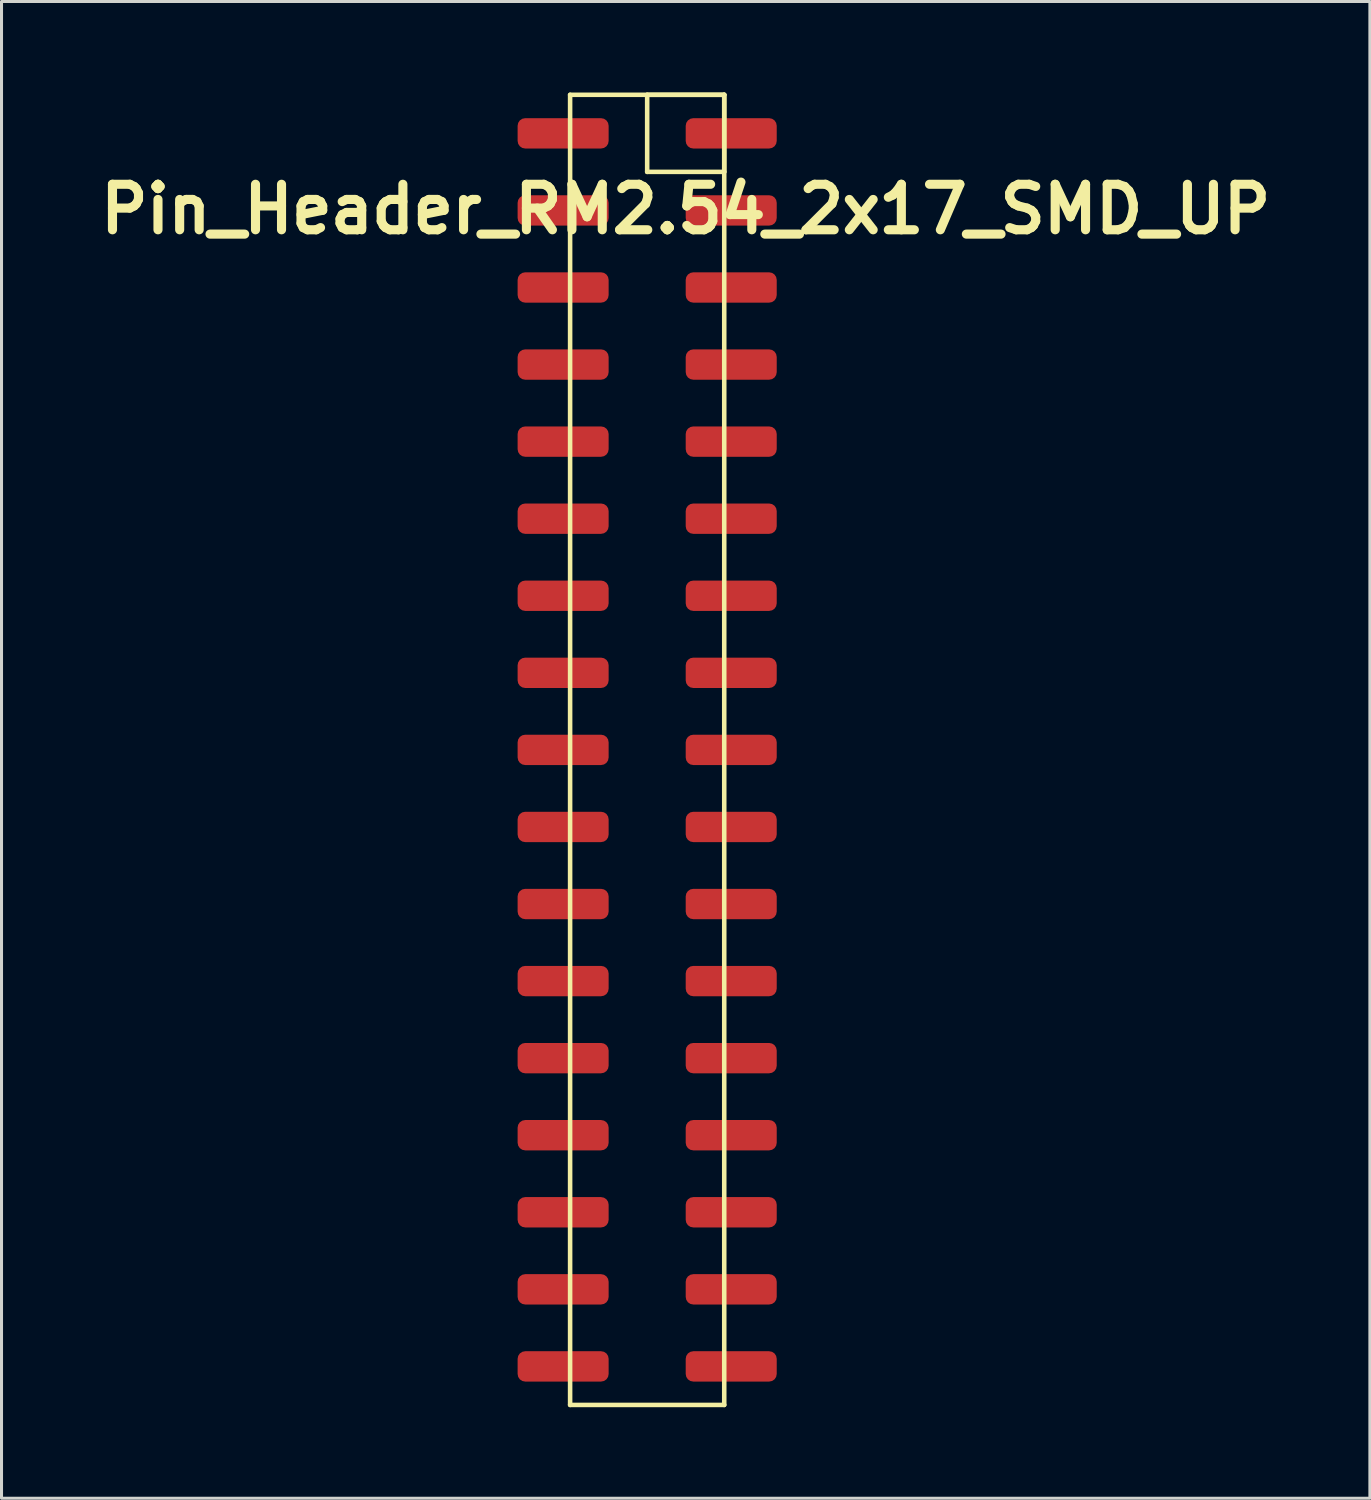
<source format=kicad_pcb>
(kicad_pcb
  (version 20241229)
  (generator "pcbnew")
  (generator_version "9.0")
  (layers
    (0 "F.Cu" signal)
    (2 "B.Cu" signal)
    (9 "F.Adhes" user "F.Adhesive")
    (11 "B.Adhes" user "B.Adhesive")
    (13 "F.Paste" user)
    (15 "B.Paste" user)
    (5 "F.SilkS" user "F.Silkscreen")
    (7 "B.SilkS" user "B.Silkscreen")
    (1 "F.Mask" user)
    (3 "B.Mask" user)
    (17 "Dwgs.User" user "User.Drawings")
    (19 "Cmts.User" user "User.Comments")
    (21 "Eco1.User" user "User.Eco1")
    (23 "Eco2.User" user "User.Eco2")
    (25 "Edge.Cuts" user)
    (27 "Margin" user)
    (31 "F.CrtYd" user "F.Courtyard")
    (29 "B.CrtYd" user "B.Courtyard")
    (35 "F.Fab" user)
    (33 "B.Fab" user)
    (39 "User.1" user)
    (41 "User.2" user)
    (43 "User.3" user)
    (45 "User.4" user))
  (footprint "Pin_Header_RM2.54_2x17_SMD_UP"
    (layer "F.Cu")
    (at 19.55 1.345)
    (property "Reference" "Pin_Header_RM2.54_2x17_SMD_UP" (at 0 2.5 0) (layer "F.SilkS") (effects (font (size 1.5 1.5) (thickness 0.3))))
    (attr through_hole)
    (fp_line (start -3.81 -1.27) (end 1.27 -1.27) (stroke (width 0.15) (type solid)) (layer "F.SilkS"))
    (fp_line (start -3.81 41.91) (end -3.81 -1.27) (stroke (width 0.15) (type solid)) (layer "F.SilkS"))
    (fp_line (start -1.27 -1.27) (end 1.27 -1.27) (stroke (width 0.15) (type solid)) (layer "F.SilkS"))
    (fp_line (start -1.27 1.27) (end -1.27 -1.27) (stroke (width 0.15) (type solid)) (layer "F.SilkS"))
    (fp_line (start 1.27 -1.27) (end 1.27 1.27) (stroke (width 0.15) (type solid)) (layer "F.SilkS"))
    (fp_line (start 1.27 -1.27) (end 1.27 41.91) (stroke (width 0.15) (type solid)) (layer "F.SilkS"))
    (fp_line (start 1.27 1.27) (end -1.27 1.27) (stroke (width 0.15) (type solid)) (layer "F.SilkS"))
    (fp_line (start 1.27 41.91) (end -3.81 41.91) (stroke (width 0.15) (type solid)) (layer "F.SilkS"))
    (pad "1" smd roundrect (at 1.5 0) (size 3 1) (layers "F.Cu" "F.Mask" "F.Paste") (roundrect_rratio 0.25))
    (pad "2" smd roundrect (at -4.04 0) (size 3 1) (layers "F.Cu" "F.Mask" "F.Paste") (roundrect_rratio 0.25))
    (pad "3" smd roundrect (at 1.5 2.54) (size 3 1) (layers "F.Cu" "F.Mask" "F.Paste") (roundrect_rratio 0.25))
    (pad "4" smd roundrect (at -4.04 2.54) (size 3 1) (layers "F.Cu" "F.Mask" "F.Paste") (roundrect_rratio 0.25))
    (pad "5" smd roundrect (at 1.5 5.08) (size 3 1) (layers "F.Cu" "F.Mask" "F.Paste") (roundrect_rratio 0.25))
    (pad "6" smd roundrect (at -4.04 5.08) (size 3 1) (layers "F.Cu" "F.Mask" "F.Paste") (roundrect_rratio 0.25))
    (pad "7" smd roundrect (at 1.5 7.62) (size 3 1) (layers "F.Cu" "F.Mask" "F.Paste") (roundrect_rratio 0.25))
    (pad "8" smd roundrect (at -4.04 7.62) (size 3 1) (layers "F.Cu" "F.Mask" "F.Paste") (roundrect_rratio 0.25))
    (pad "9" smd roundrect (at 1.5 10.16) (size 3 1) (layers "F.Cu" "F.Mask" "F.Paste") (roundrect_rratio 0.25))
    (pad "10" smd roundrect (at -4.04 10.16) (size 3 1) (layers "F.Cu" "F.Mask" "F.Paste") (roundrect_rratio 0.25))
    (pad "11" smd roundrect (at 1.5 12.7) (size 3 1) (layers "F.Cu" "F.Mask" "F.Paste") (roundrect_rratio 0.25))
    (pad "12" smd roundrect (at -4.04 12.7) (size 3 1) (layers "F.Cu" "F.Mask" "F.Paste") (roundrect_rratio 0.25))
    (pad "13" smd roundrect (at 1.5 15.24) (size 3 1) (layers "F.Cu" "F.Mask" "F.Paste") (roundrect_rratio 0.25))
    (pad "14" smd roundrect (at -4.04 15.24) (size 3 1) (layers "F.Cu" "F.Mask" "F.Paste") (roundrect_rratio 0.25))
    (pad "15" smd roundrect (at 1.5 17.78) (size 3 1) (layers "F.Cu" "F.Mask" "F.Paste") (roundrect_rratio 0.25))
    (pad "16" smd roundrect (at -4.04 17.78) (size 3 1) (layers "F.Cu" "F.Mask" "F.Paste") (roundrect_rratio 0.25))
    (pad "17" smd roundrect (at 1.5 20.32) (size 3 1) (layers "F.Cu" "F.Mask" "F.Paste") (roundrect_rratio 0.25))
    (pad "18" smd roundrect (at -4.04 20.32) (size 3 1) (layers "F.Cu" "F.Mask" "F.Paste") (roundrect_rratio 0.25))
    (pad "19" smd roundrect (at 1.5 22.86) (size 3 1) (layers "F.Cu" "F.Mask" "F.Paste") (roundrect_rratio 0.25))
    (pad "20" smd roundrect (at -4.04 22.86) (size 3 1) (layers "F.Cu" "F.Mask" "F.Paste") (roundrect_rratio 0.25))
    (pad "21" smd roundrect (at 1.5 25.4) (size 3 1) (layers "F.Cu" "F.Mask" "F.Paste") (roundrect_rratio 0.25))
    (pad "22" smd roundrect (at -4.04 25.4) (size 3 1) (layers "F.Cu" "F.Mask" "F.Paste") (roundrect_rratio 0.25))
    (pad "23" smd roundrect (at 1.5 27.94) (size 3 1) (layers "F.Cu" "F.Mask" "F.Paste") (roundrect_rratio 0.25))
    (pad "24" smd roundrect (at -4.04 27.94) (size 3 1) (layers "F.Cu" "F.Mask" "F.Paste") (roundrect_rratio 0.25))
    (pad "25" smd roundrect (at 1.5 30.48) (size 3 1) (layers "F.Cu" "F.Mask" "F.Paste") (roundrect_rratio 0.25))
    (pad "26" smd roundrect (at -4.04 30.48) (size 3 1) (layers "F.Cu" "F.Mask" "F.Paste") (roundrect_rratio 0.25))
    (pad "27" smd roundrect (at 1.5 33.02) (size 3 1) (layers "F.Cu" "F.Mask" "F.Paste") (roundrect_rratio 0.25))
    (pad "28" smd roundrect (at -4.04 33.02) (size 3 1) (layers "F.Cu" "F.Mask" "F.Paste") (roundrect_rratio 0.25))
    (pad "29" smd roundrect (at 1.5 35.56) (size 3 1) (layers "F.Cu" "F.Mask" "F.Paste") (roundrect_rratio 0.25))
    (pad "30" smd roundrect (at -4.04 35.56) (size 3 1) (layers "F.Cu" "F.Mask" "F.Paste") (roundrect_rratio 0.25))
    (pad "31" smd roundrect (at 1.5 38.1) (size 3 1) (layers "F.Cu" "F.Mask" "F.Paste") (roundrect_rratio 0.25))
    (pad "32" smd roundrect (at -4.04 38.1) (size 3 1) (layers "F.Cu" "F.Mask" "F.Paste") (roundrect_rratio 0.25))
    (pad "33" smd roundrect (at 1.5 40.64) (size 3 1) (layers "F.Cu" "F.Mask" "F.Paste") (roundrect_rratio 0.25))
    (pad "34" smd roundrect (at -4.04 40.64) (size 3 1) (layers "F.Cu" "F.Mask" "F.Paste") (roundrect_rratio 0.25)))
  (gr_rect
    (start -3 -3)
    (end 42.1 46.33)
    (stroke (width 0.1) (type default))
    (fill no)
    (layer "Edge.Cuts")))
</source>
